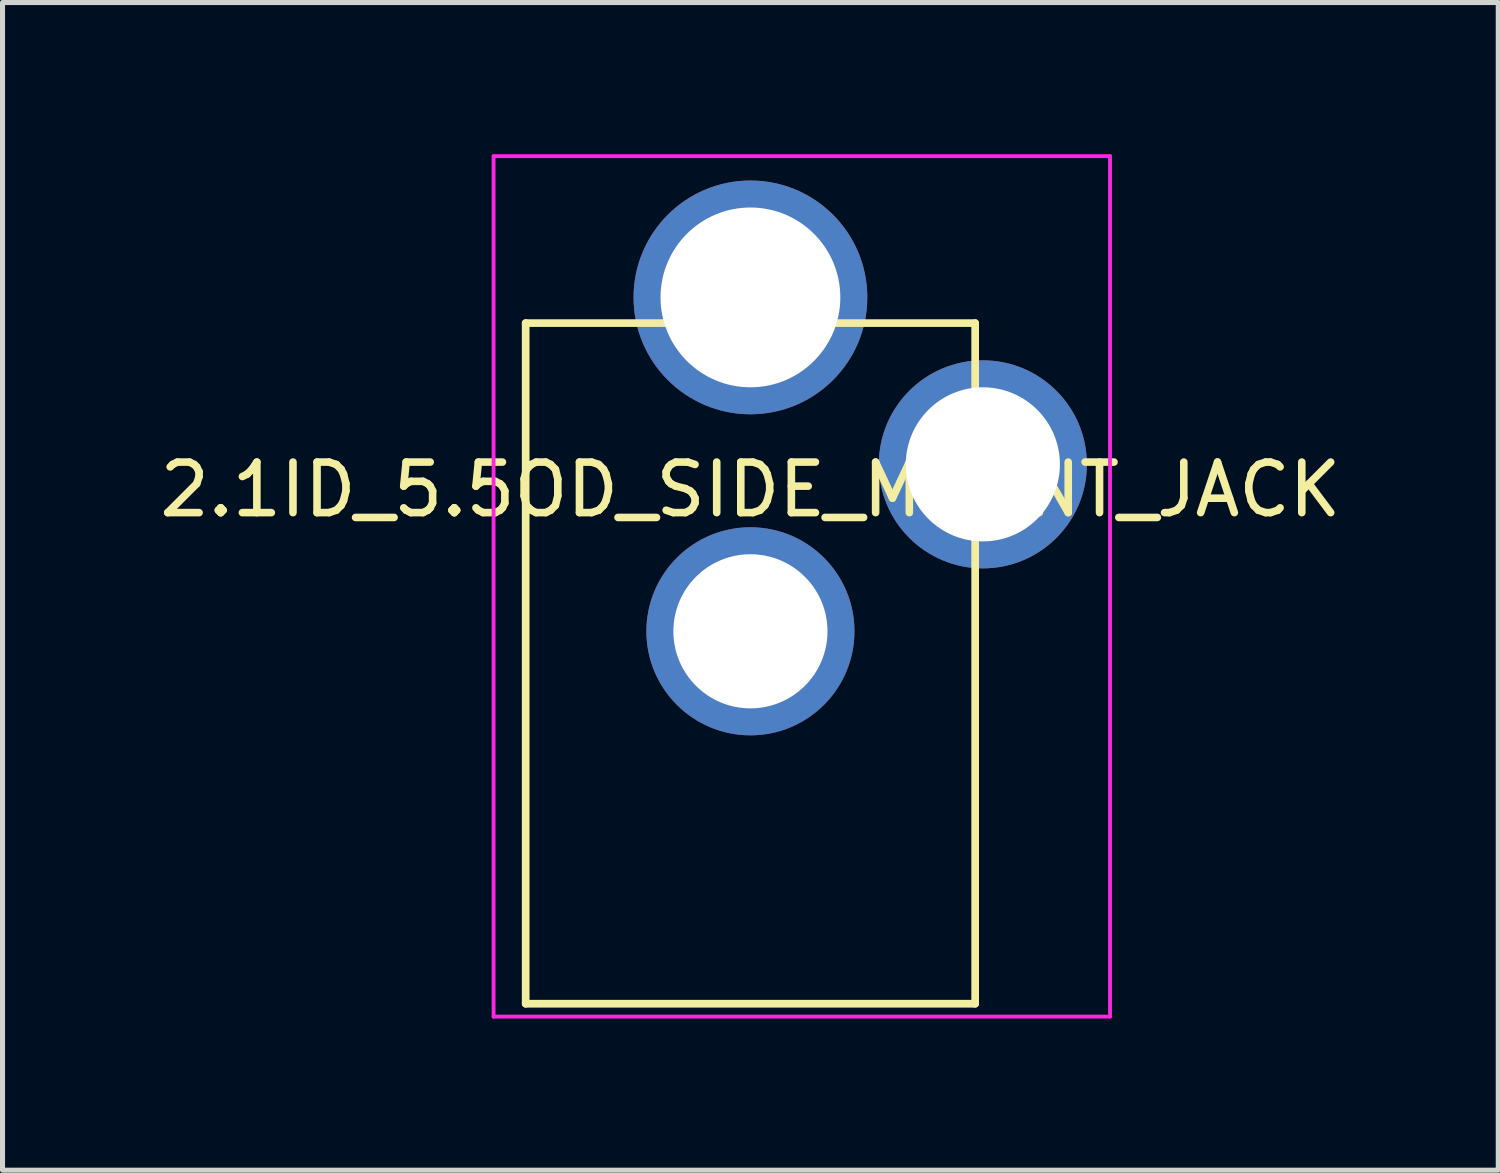
<source format=kicad_pcb>
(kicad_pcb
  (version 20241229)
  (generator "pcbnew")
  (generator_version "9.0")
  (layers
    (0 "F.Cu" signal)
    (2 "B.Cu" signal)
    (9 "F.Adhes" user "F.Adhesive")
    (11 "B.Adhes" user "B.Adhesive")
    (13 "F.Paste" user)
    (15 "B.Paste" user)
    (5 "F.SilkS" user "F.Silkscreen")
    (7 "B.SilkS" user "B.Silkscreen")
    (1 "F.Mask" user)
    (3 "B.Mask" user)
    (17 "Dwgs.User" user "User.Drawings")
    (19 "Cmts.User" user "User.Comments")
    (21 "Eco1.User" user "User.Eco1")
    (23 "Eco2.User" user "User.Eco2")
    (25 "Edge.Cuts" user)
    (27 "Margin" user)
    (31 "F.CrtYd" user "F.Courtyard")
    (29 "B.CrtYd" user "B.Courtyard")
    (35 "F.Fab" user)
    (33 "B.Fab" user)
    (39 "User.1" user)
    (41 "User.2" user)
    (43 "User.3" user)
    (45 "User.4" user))
  (footprint "2.1ID_5.5OD_SIDE_MOUNT_JACK"
    (layer "F.Cu")
    (at 11.792 6.134)
    (property "Reference" "2.1ID_5.5OD_SIDE_MOUNT_JACK" (at 0 0.5 0) (layer "F.SilkS") (effects (font (size 1 1) (thickness 0.15))))
    (attr through_hole)
    (fp_line (start -4.445 -2.794) (end -4.445 10.668) (stroke (width 0.152) (type solid)) (layer "F.SilkS"))
    (fp_line (start -4.445 -2.794) (end 4.445 -2.794) (stroke (width 0.152) (type solid)) (layer "F.SilkS"))
    (fp_line (start -4.445 10.668) (end 4.445 10.668) (stroke (width 0.152) (type solid)) (layer "F.SilkS"))
    (fp_line (start 4.445 -2.794) (end 4.445 10.668) (stroke (width 0.152) (type solid)) (layer "F.SilkS"))
    (fp_line (start -5.08 -6.096) (end -5.08 10.922) (stroke (width 0.076) (type solid)) (layer "F.CrtYd"))
    (fp_line (start -5.08 10.922) (end 7.112 10.922) (stroke (width 0.076) (type solid)) (layer "F.CrtYd"))
    (fp_line (start 7.112 -6.096) (end -5.08 -6.096) (stroke (width 0.076) (type solid)) (layer "F.CrtYd"))
    (fp_line (start 7.112 10.922) (end 7.112 -6.096) (stroke (width 0.076) (type solid)) (layer "F.CrtYd"))
    (pad "1" thru_hole circle (at 0 -3.302) (size 4.623 4.623) (drill 3.556) (layers "*.Cu" "*.Mask"))
    (pad "2" thru_hole circle (at 0 3.302) (size 4.115 4.115) (drill 3.048) (layers "*.Cu" "*.Mask"))
    (pad "2" thru_hole circle (at 4.597 0) (size 4.115 4.115) (drill 3.048) (layers "*.Cu" "*.Mask")))
  (gr_rect
    (start -3 -3)
    (end 26.583 20.094)
    (stroke (width 0.1) (type default))
    (fill no)
    (layer "Edge.Cuts")))
</source>
